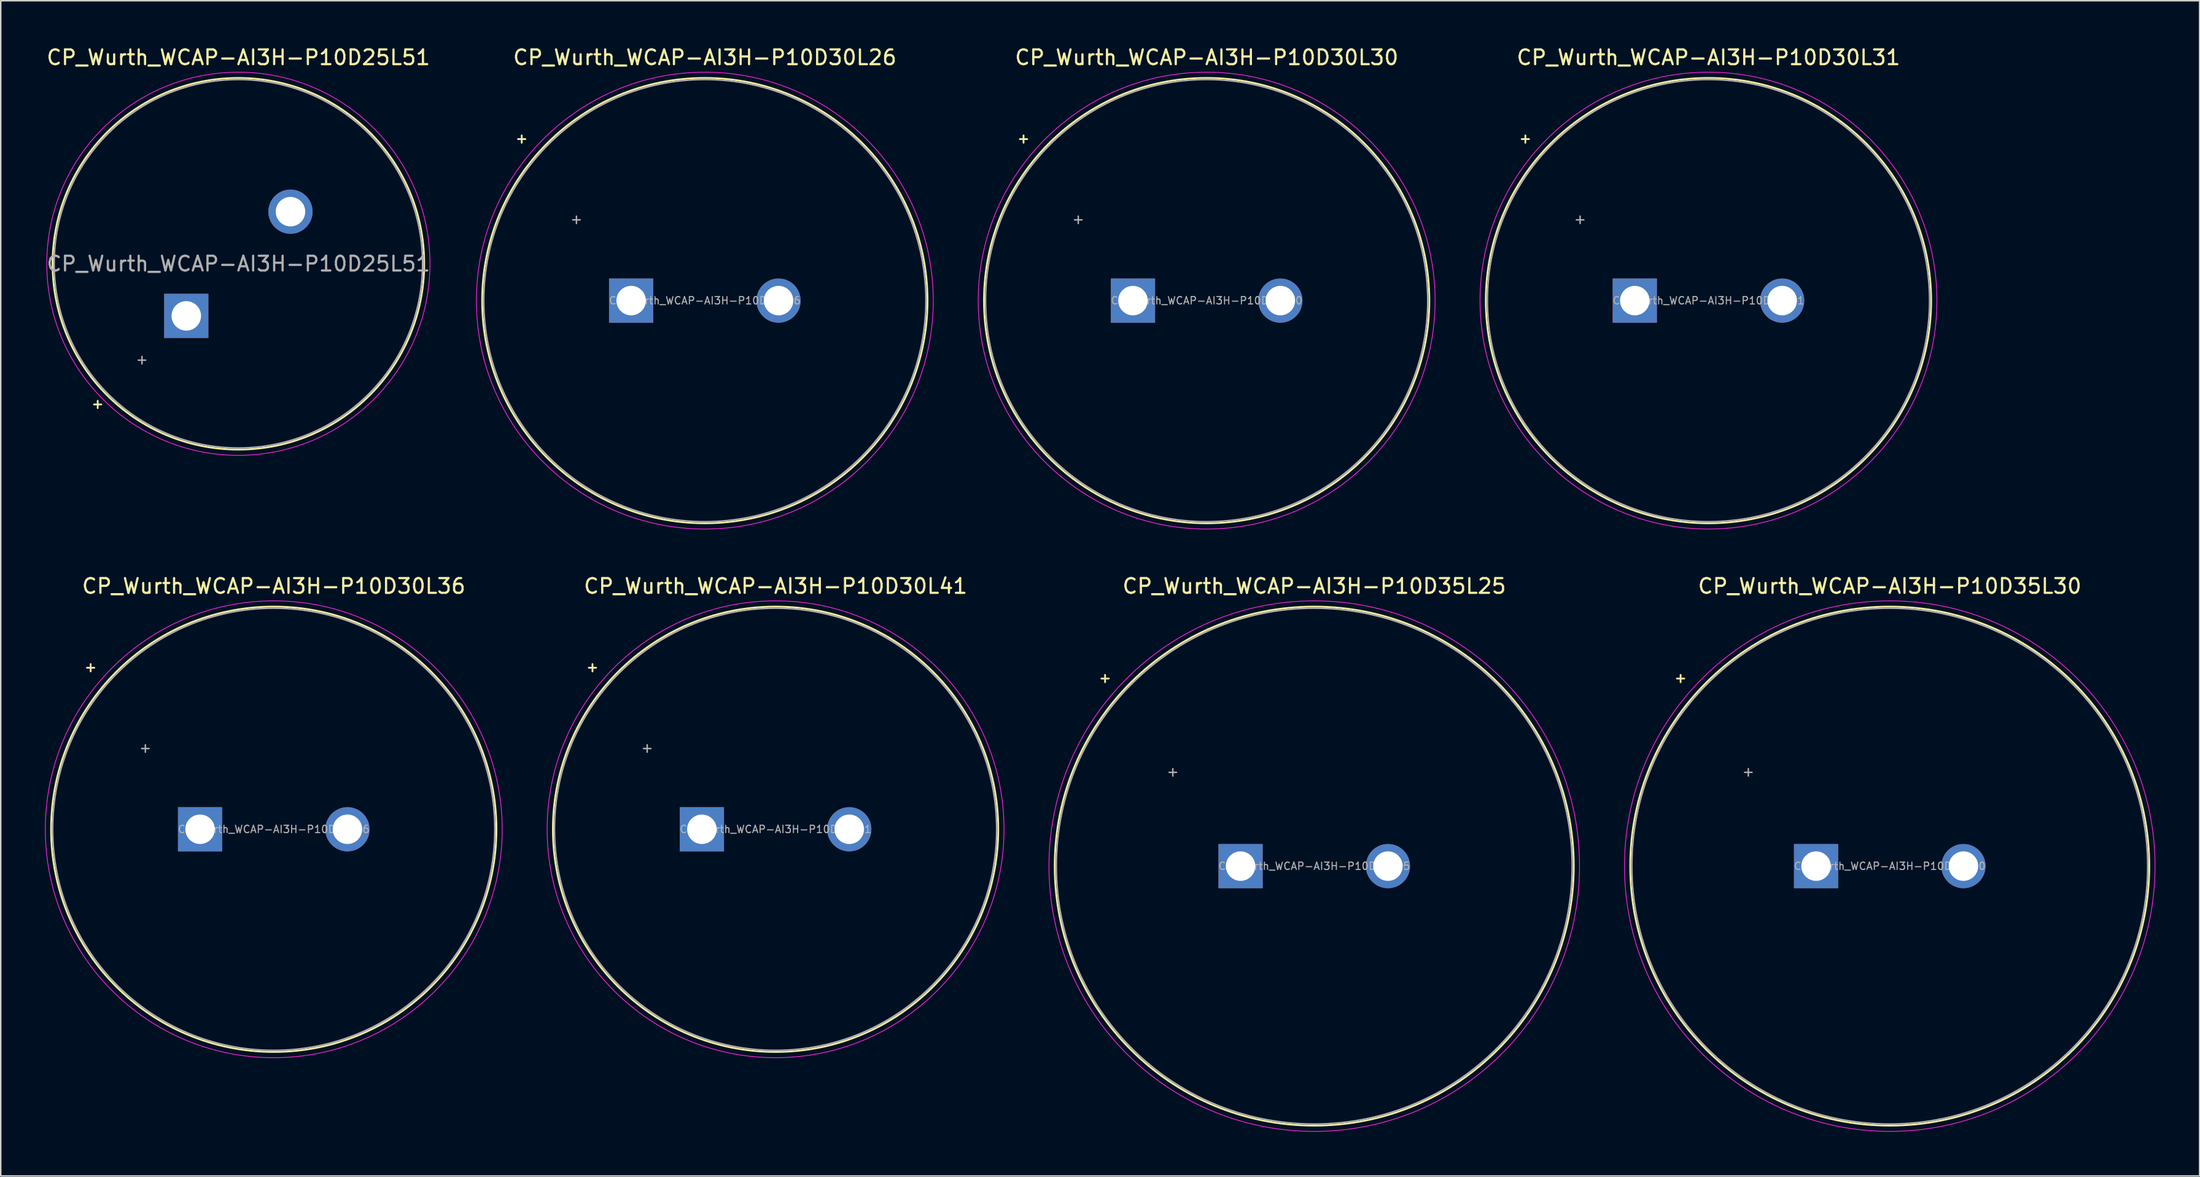
<source format=kicad_pcb>
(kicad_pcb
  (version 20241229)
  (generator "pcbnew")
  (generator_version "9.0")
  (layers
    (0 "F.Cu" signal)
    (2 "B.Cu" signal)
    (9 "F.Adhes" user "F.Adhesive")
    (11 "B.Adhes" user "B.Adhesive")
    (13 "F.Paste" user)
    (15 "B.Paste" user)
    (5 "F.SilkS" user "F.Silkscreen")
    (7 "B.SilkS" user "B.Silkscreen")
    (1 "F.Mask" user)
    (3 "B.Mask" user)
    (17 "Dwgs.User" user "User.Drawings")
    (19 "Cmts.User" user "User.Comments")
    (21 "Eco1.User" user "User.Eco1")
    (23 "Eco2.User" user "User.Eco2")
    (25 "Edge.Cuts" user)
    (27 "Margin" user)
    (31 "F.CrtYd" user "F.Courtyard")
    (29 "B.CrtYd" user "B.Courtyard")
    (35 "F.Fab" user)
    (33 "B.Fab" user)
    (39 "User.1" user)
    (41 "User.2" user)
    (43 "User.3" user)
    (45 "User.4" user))
  (footprint "CP_Wurth_WCAP-AI3H-P10D30L26"
    (layer "F.Cu")
    (at 39.775 17.348)
    (property "Reference" "CP_Wurth_WCAP-AI3H-P10D30L26" (at 5 -16.5 0) (unlocked yes) (layer "F.SilkS") (effects (font (size 1 1) (thickness 0.15))))
    (attr through_hole)
    (fp_line (start -7.675 -10.96) (end -7.175 -10.96) (stroke (width 0.12) (type solid)) (layer "F.SilkS"))
    (fp_line (start -7.425 -10.71) (end -7.425 -11.21) (stroke (width 0.12) (type solid)) (layer "F.SilkS"))
    (fp_circle (center 5 0) (end 20.11 0) (stroke (width 0.12) (type solid)) (fill no) (layer "F.SilkS"))
    (fp_circle (center 5 0) (end 20.5 0) (stroke (width 0.05) (type solid)) (fill no) (layer "F.CrtYd"))
    (fp_line (start -3.962 -5.48) (end -3.462 -5.48) (stroke (width 0.1) (type default)) (layer "F.Fab"))
    (fp_line (start -3.712 -5.23) (end -3.712 -5.73) (stroke (width 0.1) (type default)) (layer "F.Fab"))
    (fp_circle (center 5 0) (end 20 0) (stroke (width 0.1) (type solid)) (fill no) (layer "F.Fab"))
    (fp_text user "${REFERENCE}" (at 5 0 0) (unlocked yes) (layer "F.Fab") (effects (font (size 0.5 0.5) (thickness 0.075))))
    (pad "1" thru_hole rect (at 0 0) (size 3 3) (drill 2) (layers "*.Cu" "*.Mask"))
    (pad "2" thru_hole circle (at 10 0) (size 3 3) (drill 2) (layers "*.Cu" "*.Mask")))
  (footprint "CP_Wurth_WCAP-AI3H-P10D25L51"
    (layer "F.Cu")
    (at 9.589 18.384)
    (property "Reference" "CP_Wurth_WCAP-AI3H-P10D25L51" (at 3.536 -17.536 0) (unlocked yes) (layer "F.SilkS") (effects (font (size 1 1) (thickness 0.15))))
    (attr through_hole)
    (fp_line (start -6.26 6.01) (end -5.76 6.01) (stroke (width 0.12) (type solid)) (layer "F.SilkS"))
    (fp_line (start -6.01 5.76) (end -6.01 6.26) (stroke (width 0.12) (type solid)) (layer "F.SilkS"))
    (fp_circle (center 3.536 -3.536) (end 12.452 -12.452) (stroke (width 0.12) (type solid)) (fill no) (layer "F.SilkS"))
    (fp_circle (center 3.536 -3.536) (end 12.728 -12.728) (stroke (width 0.05) (type solid)) (fill no) (layer "F.CrtYd"))
    (fp_line (start -3.255 3.005) (end -2.755 3.005) (stroke (width 0.1) (type default)) (layer "F.Fab"))
    (fp_line (start -3.005 2.755) (end -3.005 3.255) (stroke (width 0.1) (type default)) (layer "F.Fab"))
    (fp_circle (center 3.536 -3.536) (end 12.374 -12.374) (stroke (width 0.1) (type solid)) (fill no) (layer "F.Fab"))
    (fp_text user "${REFERENCE}" (at 3.536 -3.536 0) (unlocked yes) (layer "F.Fab") (effects (font (size 1 1) (thickness 0.15))))
    (pad "1" thru_hole rect (at 0 0) (size 3 3) (drill 2) (layers "*.Cu" "*.Mask"))
    (pad "2" thru_hole circle (at 7.071 -7.071) (size 3 3) (drill 2) (layers "*.Cu" "*.Mask")))
  (footprint "CP_Wurth_WCAP-AI3H-P10D35L25"
    (layer "F.Cu")
    (at 81.125 55.721)
    (property "Reference" "CP_Wurth_WCAP-AI3H-P10D35L25" (at 5 -19 0) (unlocked yes) (layer "F.SilkS") (effects (font (size 1 1) (thickness 0.15))))
    (attr through_hole)
    (fp_line (start -9.442 -12.728) (end -8.942 -12.728) (stroke (width 0.12) (type solid)) (layer "F.SilkS"))
    (fp_line (start -9.192 -12.478) (end -9.192 -12.978) (stroke (width 0.12) (type solid)) (layer "F.SilkS"))
    (fp_circle (center 5 0) (end 22.61 0) (stroke (width 0.12) (type solid)) (fill no) (layer "F.SilkS"))
    (fp_circle (center 5 0) (end 23 0) (stroke (width 0.05) (type solid)) (fill no) (layer "F.CrtYd"))
    (fp_line (start -4.846 -6.364) (end -4.346 -6.364) (stroke (width 0.1) (type default)) (layer "F.Fab"))
    (fp_line (start -4.596 -6.114) (end -4.596 -6.614) (stroke (width 0.1) (type default)) (layer "F.Fab"))
    (fp_circle (center 5 0) (end 22.5 0) (stroke (width 0.1) (type solid)) (fill no) (layer "F.Fab"))
    (fp_text user "${REFERENCE}" (at 5 0 0) (unlocked yes) (layer "F.Fab") (effects (font (size 0.5 0.5) (thickness 0.075))))
    (pad "1" thru_hole rect (at 0 0) (size 3 3) (drill 2) (layers "*.Cu" "*.Mask"))
    (pad "2" thru_hole circle (at 10 0) (size 3 3) (drill 2) (layers "*.Cu" "*.Mask")))
  (footprint "CP_Wurth_WCAP-AI3H-P10D30L41"
    (layer "F.Cu")
    (at 44.575 53.221)
    (property "Reference" "CP_Wurth_WCAP-AI3H-P10D30L41" (at 5 -16.5 0) (unlocked yes) (layer "F.SilkS") (effects (font (size 1 1) (thickness 0.15))))
    (attr through_hole)
    (fp_line (start -7.675 -10.96) (end -7.175 -10.96) (stroke (width 0.12) (type solid)) (layer "F.SilkS"))
    (fp_line (start -7.425 -10.71) (end -7.425 -11.21) (stroke (width 0.12) (type solid)) (layer "F.SilkS"))
    (fp_circle (center 5 0) (end 20.11 0) (stroke (width 0.12) (type solid)) (fill no) (layer "F.SilkS"))
    (fp_circle (center 5 0) (end 20.5 0) (stroke (width 0.05) (type solid)) (fill no) (layer "F.CrtYd"))
    (fp_line (start -3.962 -5.48) (end -3.462 -5.48) (stroke (width 0.1) (type default)) (layer "F.Fab"))
    (fp_line (start -3.712 -5.23) (end -3.712 -5.73) (stroke (width 0.1) (type default)) (layer "F.Fab"))
    (fp_circle (center 5 0) (end 20 0) (stroke (width 0.1) (type solid)) (fill no) (layer "F.Fab"))
    (fp_text user "${REFERENCE}" (at 5 0 0) (unlocked yes) (layer "F.Fab") (effects (font (size 0.5 0.5) (thickness 0.075))))
    (pad "1" thru_hole rect (at 0 0) (size 3 3) (drill 2) (layers "*.Cu" "*.Mask"))
    (pad "2" thru_hole circle (at 10 0) (size 3 3) (drill 2) (layers "*.Cu" "*.Mask")))
  (footprint "CP_Wurth_WCAP-AI3H-P10D30L36"
    (layer "F.Cu")
    (at 10.525 53.221)
    (property "Reference" "CP_Wurth_WCAP-AI3H-P10D30L36" (at 5 -16.5 0) (unlocked yes) (layer "F.SilkS") (effects (font (size 1 1) (thickness 0.15))))
    (attr through_hole)
    (fp_line (start -7.675 -10.96) (end -7.175 -10.96) (stroke (width 0.12) (type solid)) (layer "F.SilkS"))
    (fp_line (start -7.425 -10.71) (end -7.425 -11.21) (stroke (width 0.12) (type solid)) (layer "F.SilkS"))
    (fp_circle (center 5 0) (end 20.11 0) (stroke (width 0.12) (type solid)) (fill no) (layer "F.SilkS"))
    (fp_circle (center 5 0) (end 20.5 0) (stroke (width 0.05) (type solid)) (fill no) (layer "F.CrtYd"))
    (fp_line (start -3.962 -5.48) (end -3.462 -5.48) (stroke (width 0.1) (type default)) (layer "F.Fab"))
    (fp_line (start -3.712 -5.23) (end -3.712 -5.73) (stroke (width 0.1) (type default)) (layer "F.Fab"))
    (fp_circle (center 5 0) (end 20 0) (stroke (width 0.1) (type solid)) (fill no) (layer "F.Fab"))
    (fp_text user "${REFERENCE}" (at 5 0 0) (unlocked yes) (layer "F.Fab") (effects (font (size 0.5 0.5) (thickness 0.075))))
    (pad "1" thru_hole rect (at 0 0) (size 3 3) (drill 2) (layers "*.Cu" "*.Mask"))
    (pad "2" thru_hole circle (at 10 0) (size 3 3) (drill 2) (layers "*.Cu" "*.Mask")))
  (footprint "CP_Wurth_WCAP-AI3H-P10D30L30"
    (layer "F.Cu")
    (at 73.825 17.348)
    (property "Reference" "CP_Wurth_WCAP-AI3H-P10D30L30" (at 5 -16.5 0) (unlocked yes) (layer "F.SilkS") (effects (font (size 1 1) (thickness 0.15))))
    (attr through_hole)
    (fp_line (start -7.675 -10.96) (end -7.175 -10.96) (stroke (width 0.12) (type solid)) (layer "F.SilkS"))
    (fp_line (start -7.425 -10.71) (end -7.425 -11.21) (stroke (width 0.12) (type solid)) (layer "F.SilkS"))
    (fp_circle (center 5 0) (end 20.11 0) (stroke (width 0.12) (type solid)) (fill no) (layer "F.SilkS"))
    (fp_circle (center 5 0) (end 20.5 0) (stroke (width 0.05) (type solid)) (fill no) (layer "F.CrtYd"))
    (fp_line (start -3.962 -5.48) (end -3.462 -5.48) (stroke (width 0.1) (type default)) (layer "F.Fab"))
    (fp_line (start -3.712 -5.23) (end -3.712 -5.73) (stroke (width 0.1) (type default)) (layer "F.Fab"))
    (fp_circle (center 5 0) (end 20 0) (stroke (width 0.1) (type solid)) (fill no) (layer "F.Fab"))
    (fp_text user "${REFERENCE}" (at 5 0 0) (unlocked yes) (layer "F.Fab") (effects (font (size 0.5 0.5) (thickness 0.075))))
    (pad "1" thru_hole rect (at 0 0) (size 3 3) (drill 2) (layers "*.Cu" "*.Mask"))
    (pad "2" thru_hole circle (at 10 0) (size 3 3) (drill 2) (layers "*.Cu" "*.Mask")))
  (footprint "CP_Wurth_WCAP-AI3H-P10D30L31"
    (layer "F.Cu")
    (at 107.875 17.348)
    (property "Reference" "CP_Wurth_WCAP-AI3H-P10D30L31" (at 5 -16.5 0) (unlocked yes) (layer "F.SilkS") (effects (font (size 1 1) (thickness 0.15))))
    (attr through_hole)
    (fp_line (start -7.675 -10.96) (end -7.175 -10.96) (stroke (width 0.12) (type solid)) (layer "F.SilkS"))
    (fp_line (start -7.425 -10.71) (end -7.425 -11.21) (stroke (width 0.12) (type solid)) (layer "F.SilkS"))
    (fp_circle (center 5 0) (end 20.11 0) (stroke (width 0.12) (type solid)) (fill no) (layer "F.SilkS"))
    (fp_circle (center 5 0) (end 20.5 0) (stroke (width 0.05) (type solid)) (fill no) (layer "F.CrtYd"))
    (fp_line (start -3.962 -5.48) (end -3.462 -5.48) (stroke (width 0.1) (type default)) (layer "F.Fab"))
    (fp_line (start -3.712 -5.23) (end -3.712 -5.73) (stroke (width 0.1) (type default)) (layer "F.Fab"))
    (fp_circle (center 5 0) (end 20 0) (stroke (width 0.1) (type solid)) (fill no) (layer "F.Fab"))
    (fp_text user "${REFERENCE}" (at 5 0 0) (unlocked yes) (layer "F.Fab") (effects (font (size 0.5 0.5) (thickness 0.075))))
    (pad "1" thru_hole rect (at 0 0) (size 3 3) (drill 2) (layers "*.Cu" "*.Mask"))
    (pad "2" thru_hole circle (at 10 0) (size 3 3) (drill 2) (layers "*.Cu" "*.Mask")))
  (footprint "CP_Wurth_WCAP-AI3H-P10D35L30"
    (layer "F.Cu")
    (at 120.175 55.721)
    (property "Reference" "CP_Wurth_WCAP-AI3H-P10D35L30" (at 5 -19 0) (unlocked yes) (layer "F.SilkS") (effects (font (size 1 1) (thickness 0.15))))
    (attr through_hole)
    (fp_line (start -9.442 -12.728) (end -8.942 -12.728) (stroke (width 0.12) (type solid)) (layer "F.SilkS"))
    (fp_line (start -9.192 -12.478) (end -9.192 -12.978) (stroke (width 0.12) (type solid)) (layer "F.SilkS"))
    (fp_circle (center 5 0) (end 22.61 0) (stroke (width 0.12) (type solid)) (fill no) (layer "F.SilkS"))
    (fp_circle (center 5 0) (end 23 0) (stroke (width 0.05) (type solid)) (fill no) (layer "F.CrtYd"))
    (fp_line (start -4.846 -6.364) (end -4.346 -6.364) (stroke (width 0.1) (type default)) (layer "F.Fab"))
    (fp_line (start -4.596 -6.114) (end -4.596 -6.614) (stroke (width 0.1) (type default)) (layer "F.Fab"))
    (fp_circle (center 5 0) (end 22.5 0) (stroke (width 0.1) (type solid)) (fill no) (layer "F.Fab"))
    (fp_text user "${REFERENCE}" (at 5 0 0) (unlocked yes) (layer "F.Fab") (effects (font (size 0.5 0.5) (thickness 0.075))))
    (pad "1" thru_hole rect (at 0 0) (size 3 3) (drill 2) (layers "*.Cu" "*.Mask"))
    (pad "2" thru_hole circle (at 10 0) (size 3 3) (drill 2) (layers "*.Cu" "*.Mask")))
  (gr_rect
    (start -3 -3)
    (end 146.2 76.746)
    (stroke (width 0.1) (type default))
    (fill no)
    (layer "Edge.Cuts")))
</source>
